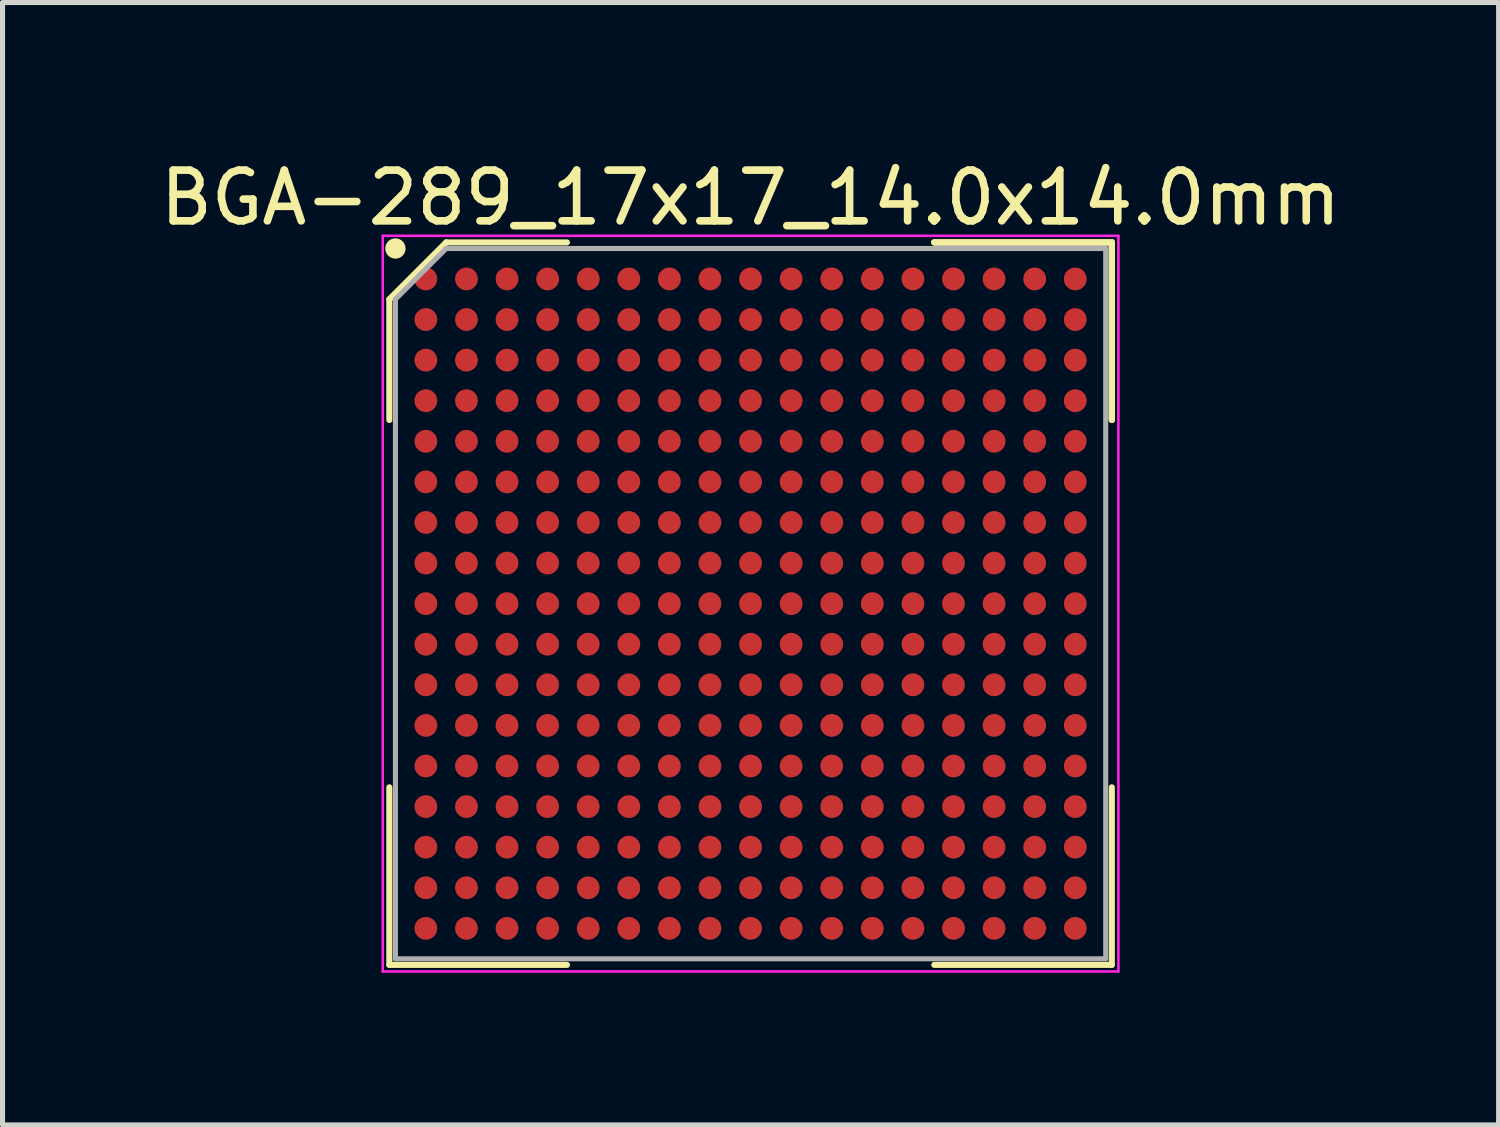
<source format=kicad_pcb>
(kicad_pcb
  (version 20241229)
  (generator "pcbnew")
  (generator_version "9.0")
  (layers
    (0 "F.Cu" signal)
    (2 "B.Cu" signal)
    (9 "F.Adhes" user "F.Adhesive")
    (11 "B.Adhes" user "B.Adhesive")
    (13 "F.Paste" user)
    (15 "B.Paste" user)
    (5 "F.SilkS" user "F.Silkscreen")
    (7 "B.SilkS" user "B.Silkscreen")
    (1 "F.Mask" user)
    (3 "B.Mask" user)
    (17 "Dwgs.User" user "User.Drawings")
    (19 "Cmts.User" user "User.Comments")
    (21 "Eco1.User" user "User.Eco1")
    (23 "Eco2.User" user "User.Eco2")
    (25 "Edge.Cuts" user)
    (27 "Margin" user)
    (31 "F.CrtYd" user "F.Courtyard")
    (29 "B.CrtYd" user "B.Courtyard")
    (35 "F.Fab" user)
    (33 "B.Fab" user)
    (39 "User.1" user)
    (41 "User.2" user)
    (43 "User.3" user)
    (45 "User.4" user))
  (footprint "BGA-289_17x17_14.0x14.0mm"
    (layer "F.Cu")
    (at 11.744 8.848)
    (property "Reference" "BGA-289_17x17_14.0x14.0mm" (at 0 -8 0) (layer "F.SilkS") (effects (font (size 1 1) (thickness 0.15))))
    (attr through_hole)
    (fp_line (start -7.12 -6) (end -7.12 -3.62) (stroke (width 0.12) (type solid)) (layer "F.SilkS"))
    (fp_line (start -7.12 7.12) (end -7.12 3.62) (stroke (width 0.12) (type solid)) (layer "F.SilkS"))
    (fp_line (start -6 -7.12) (end -7.12 -6) (stroke (width 0.12) (type solid)) (layer "F.SilkS"))
    (fp_line (start -3.62 -7.12) (end -6 -7.12) (stroke (width 0.12) (type solid)) (layer "F.SilkS"))
    (fp_line (start -3.62 7.12) (end -7.12 7.12) (stroke (width 0.12) (type solid)) (layer "F.SilkS"))
    (fp_line (start 3.62 -7.12) (end 7.12 -7.12) (stroke (width 0.12) (type solid)) (layer "F.SilkS"))
    (fp_line (start 3.62 -7.12) (end 7.12 -7.12) (stroke (width 0.12) (type solid)) (layer "F.SilkS"))
    (fp_line (start 3.62 -7.12) (end 7.12 -7.12) (stroke (width 0.12) (type solid)) (layer "F.SilkS"))
    (fp_line (start 3.62 7.12) (end 7.12 7.12) (stroke (width 0.12) (type solid)) (layer "F.SilkS"))
    (fp_line (start 7.12 -7.12) (end 7.12 -3.62) (stroke (width 0.12) (type solid)) (layer "F.SilkS"))
    (fp_line (start 7.12 -7.12) (end 7.12 -3.62) (stroke (width 0.12) (type solid)) (layer "F.SilkS"))
    (fp_line (start 7.12 -7.12) (end 7.12 -3.62) (stroke (width 0.12) (type solid)) (layer "F.SilkS"))
    (fp_line (start 7.12 7.12) (end 7.12 3.62) (stroke (width 0.12) (type solid)) (layer "F.SilkS"))
    (fp_circle (center -7 -7) (end -7 -6.9) (stroke (width 0.2) (type solid)) (fill no) (layer "F.SilkS"))
    (fp_line (start -7.25 -7.25) (end 7.25 -7.25) (stroke (width 0.05) (type solid)) (layer "F.CrtYd"))
    (fp_line (start -7.25 7.25) (end -7.25 -7.25) (stroke (width 0.05) (type solid)) (layer "F.CrtYd"))
    (fp_line (start 7.25 -7.25) (end 7.25 7.25) (stroke (width 0.05) (type solid)) (layer "F.CrtYd"))
    (fp_line (start 7.25 7.25) (end -7.25 7.25) (stroke (width 0.05) (type solid)) (layer "F.CrtYd"))
    (fp_line (start -7 -6) (end -7 7) (stroke (width 0.1) (type solid)) (layer "F.Fab"))
    (fp_line (start -7 7) (end 7 7) (stroke (width 0.1) (type solid)) (layer "F.Fab"))
    (fp_line (start -6 -7) (end -7 -6) (stroke (width 0.1) (type solid)) (layer "F.Fab"))
    (fp_line (start 7 -7) (end -6 -7) (stroke (width 0.1) (type solid)) (layer "F.Fab"))
    (fp_line (start 7 7) (end 7 -7) (stroke (width 0.1) (type solid)) (layer "F.Fab"))
    (pad "A1" smd circle (at -6.4 -6.4) (size 0.45 0.45) (layers "F.Cu" "F.Mask" "F.Paste"))
    (pad "A2" smd circle (at -5.6 -6.4) (size 0.45 0.45) (layers "F.Cu" "F.Mask" "F.Paste"))
    (pad "A3" smd circle (at -4.8 -6.4) (size 0.45 0.45) (layers "F.Cu" "F.Mask" "F.Paste"))
    (pad "A4" smd circle (at -4 -6.4) (size 0.45 0.45) (layers "F.Cu" "F.Mask" "F.Paste"))
    (pad "A5" smd circle (at -3.2 -6.4) (size 0.45 0.45) (layers "F.Cu" "F.Mask" "F.Paste"))
    (pad "A6" smd circle (at -2.4 -6.4) (size 0.45 0.45) (layers "F.Cu" "F.Mask" "F.Paste"))
    (pad "A7" smd circle (at -1.6 -6.4) (size 0.45 0.45) (layers "F.Cu" "F.Mask" "F.Paste"))
    (pad "A8" smd circle (at -0.8 -6.4) (size 0.45 0.45) (layers "F.Cu" "F.Mask" "F.Paste"))
    (pad "A9" smd circle (at 0 -6.4) (size 0.45 0.45) (layers "F.Cu" "F.Mask" "F.Paste"))
    (pad "A10" smd circle (at 0.8 -6.4) (size 0.45 0.45) (layers "F.Cu" "F.Mask" "F.Paste"))
    (pad "A11" smd circle (at 1.6 -6.4) (size 0.45 0.45) (layers "F.Cu" "F.Mask" "F.Paste"))
    (pad "A12" smd circle (at 2.4 -6.4) (size 0.45 0.45) (layers "F.Cu" "F.Mask" "F.Paste"))
    (pad "A13" smd circle (at 3.2 -6.4) (size 0.45 0.45) (layers "F.Cu" "F.Mask" "F.Paste"))
    (pad "A14" smd circle (at 4 -6.4) (size 0.45 0.45) (layers "F.Cu" "F.Mask" "F.Paste"))
    (pad "A15" smd circle (at 4.8 -6.4) (size 0.45 0.45) (layers "F.Cu" "F.Mask" "F.Paste"))
    (pad "A16" smd circle (at 5.6 -6.4) (size 0.45 0.45) (layers "F.Cu" "F.Mask" "F.Paste"))
    (pad "A17" smd circle (at 6.4 -6.4) (size 0.45 0.45) (layers "F.Cu" "F.Mask" "F.Paste"))
    (pad "B1" smd circle (at -6.4 -5.6) (size 0.45 0.45) (layers "F.Cu" "F.Mask" "F.Paste"))
    (pad "B2" smd circle (at -5.6 -5.6) (size 0.45 0.45) (layers "F.Cu" "F.Mask" "F.Paste"))
    (pad "B3" smd circle (at -4.8 -5.6) (size 0.45 0.45) (layers "F.Cu" "F.Mask" "F.Paste"))
    (pad "B4" smd circle (at -4 -5.6) (size 0.45 0.45) (layers "F.Cu" "F.Mask" "F.Paste"))
    (pad "B5" smd circle (at -3.2 -5.6) (size 0.45 0.45) (layers "F.Cu" "F.Mask" "F.Paste"))
    (pad "B6" smd circle (at -2.4 -5.6) (size 0.45 0.45) (layers "F.Cu" "F.Mask" "F.Paste"))
    (pad "B7" smd circle (at -1.6 -5.6) (size 0.45 0.45) (layers "F.Cu" "F.Mask" "F.Paste"))
    (pad "B8" smd circle (at -0.8 -5.6) (size 0.45 0.45) (layers "F.Cu" "F.Mask" "F.Paste"))
    (pad "B9" smd circle (at 0 -5.6) (size 0.45 0.45) (layers "F.Cu" "F.Mask" "F.Paste"))
    (pad "B10" smd circle (at 0.8 -5.6) (size 0.45 0.45) (layers "F.Cu" "F.Mask" "F.Paste"))
    (pad "B11" smd circle (at 1.6 -5.6) (size 0.45 0.45) (layers "F.Cu" "F.Mask" "F.Paste"))
    (pad "B12" smd circle (at 2.4 -5.6) (size 0.45 0.45) (layers "F.Cu" "F.Mask" "F.Paste"))
    (pad "B13" smd circle (at 3.2 -5.6) (size 0.45 0.45) (layers "F.Cu" "F.Mask" "F.Paste"))
    (pad "B14" smd circle (at 4 -5.6) (size 0.45 0.45) (layers "F.Cu" "F.Mask" "F.Paste"))
    (pad "B15" smd circle (at 4.8 -5.6) (size 0.45 0.45) (layers "F.Cu" "F.Mask" "F.Paste"))
    (pad "B16" smd circle (at 5.6 -5.6) (size 0.45 0.45) (layers "F.Cu" "F.Mask" "F.Paste"))
    (pad "B17" smd circle (at 6.4 -5.6) (size 0.45 0.45) (layers "F.Cu" "F.Mask" "F.Paste"))
    (pad "C1" smd circle (at -6.4 -4.8) (size 0.45 0.45) (layers "F.Cu" "F.Mask" "F.Paste"))
    (pad "C2" smd circle (at -5.6 -4.8) (size 0.45 0.45) (layers "F.Cu" "F.Mask" "F.Paste"))
    (pad "C3" smd circle (at -4.8 -4.8) (size 0.45 0.45) (layers "F.Cu" "F.Mask" "F.Paste"))
    (pad "C4" smd circle (at -4 -4.8) (size 0.45 0.45) (layers "F.Cu" "F.Mask" "F.Paste"))
    (pad "C5" smd circle (at -3.2 -4.8) (size 0.45 0.45) (layers "F.Cu" "F.Mask" "F.Paste"))
    (pad "C6" smd circle (at -2.4 -4.8) (size 0.45 0.45) (layers "F.Cu" "F.Mask" "F.Paste"))
    (pad "C7" smd circle (at -1.6 -4.8) (size 0.45 0.45) (layers "F.Cu" "F.Mask" "F.Paste"))
    (pad "C8" smd circle (at -0.8 -4.8) (size 0.45 0.45) (layers "F.Cu" "F.Mask" "F.Paste"))
    (pad "C9" smd circle (at 0 -4.8) (size 0.45 0.45) (layers "F.Cu" "F.Mask" "F.Paste"))
    (pad "C10" smd circle (at 0.8 -4.8) (size 0.45 0.45) (layers "F.Cu" "F.Mask" "F.Paste"))
    (pad "C11" smd circle (at 1.6 -4.8) (size 0.45 0.45) (layers "F.Cu" "F.Mask" "F.Paste"))
    (pad "C12" smd circle (at 2.4 -4.8) (size 0.45 0.45) (layers "F.Cu" "F.Mask" "F.Paste"))
    (pad "C13" smd circle (at 3.2 -4.8) (size 0.45 0.45) (layers "F.Cu" "F.Mask" "F.Paste"))
    (pad "C14" smd circle (at 4 -4.8) (size 0.45 0.45) (layers "F.Cu" "F.Mask" "F.Paste"))
    (pad "C15" smd circle (at 4.8 -4.8) (size 0.45 0.45) (layers "F.Cu" "F.Mask" "F.Paste"))
    (pad "C16" smd circle (at 5.6 -4.8) (size 0.45 0.45) (layers "F.Cu" "F.Mask" "F.Paste"))
    (pad "C17" smd circle (at 6.4 -4.8) (size 0.45 0.45) (layers "F.Cu" "F.Mask" "F.Paste"))
    (pad "D1" smd circle (at -6.4 -4) (size 0.45 0.45) (layers "F.Cu" "F.Mask" "F.Paste"))
    (pad "D2" smd circle (at -5.6 -4) (size 0.45 0.45) (layers "F.Cu" "F.Mask" "F.Paste"))
    (pad "D3" smd circle (at -4.8 -4) (size 0.45 0.45) (layers "F.Cu" "F.Mask" "F.Paste"))
    (pad "D4" smd circle (at -4 -4) (size 0.45 0.45) (layers "F.Cu" "F.Mask" "F.Paste"))
    (pad "D5" smd circle (at -3.2 -4) (size 0.45 0.45) (layers "F.Cu" "F.Mask" "F.Paste"))
    (pad "D6" smd circle (at -2.4 -4) (size 0.45 0.45) (layers "F.Cu" "F.Mask" "F.Paste"))
    (pad "D7" smd circle (at -1.6 -4) (size 0.45 0.45) (layers "F.Cu" "F.Mask" "F.Paste"))
    (pad "D8" smd circle (at -0.8 -4) (size 0.45 0.45) (layers "F.Cu" "F.Mask" "F.Paste"))
    (pad "D9" smd circle (at 0 -4) (size 0.45 0.45) (layers "F.Cu" "F.Mask" "F.Paste"))
    (pad "D10" smd circle (at 0.8 -4) (size 0.45 0.45) (layers "F.Cu" "F.Mask" "F.Paste"))
    (pad "D11" smd circle (at 1.6 -4) (size 0.45 0.45) (layers "F.Cu" "F.Mask" "F.Paste"))
    (pad "D12" smd circle (at 2.4 -4) (size 0.45 0.45) (layers "F.Cu" "F.Mask" "F.Paste"))
    (pad "D13" smd circle (at 3.2 -4) (size 0.45 0.45) (layers "F.Cu" "F.Mask" "F.Paste"))
    (pad "D14" smd circle (at 4 -4) (size 0.45 0.45) (layers "F.Cu" "F.Mask" "F.Paste"))
    (pad "D15" smd circle (at 4.8 -4) (size 0.45 0.45) (layers "F.Cu" "F.Mask" "F.Paste"))
    (pad "D16" smd circle (at 5.6 -4) (size 0.45 0.45) (layers "F.Cu" "F.Mask" "F.Paste"))
    (pad "D17" smd circle (at 6.4 -4) (size 0.45 0.45) (layers "F.Cu" "F.Mask" "F.Paste"))
    (pad "E1" smd circle (at -6.4 -3.2) (size 0.45 0.45) (layers "F.Cu" "F.Mask" "F.Paste"))
    (pad "E2" smd circle (at -5.6 -3.2) (size 0.45 0.45) (layers "F.Cu" "F.Mask" "F.Paste"))
    (pad "E3" smd circle (at -4.8 -3.2) (size 0.45 0.45) (layers "F.Cu" "F.Mask" "F.Paste"))
    (pad "E4" smd circle (at -4 -3.2) (size 0.45 0.45) (layers "F.Cu" "F.Mask" "F.Paste"))
    (pad "E5" smd circle (at -3.2 -3.2) (size 0.45 0.45) (layers "F.Cu" "F.Mask" "F.Paste"))
    (pad "E6" smd circle (at -2.4 -3.2) (size 0.45 0.45) (layers "F.Cu" "F.Mask" "F.Paste"))
    (pad "E7" smd circle (at -1.6 -3.2) (size 0.45 0.45) (layers "F.Cu" "F.Mask" "F.Paste"))
    (pad "E8" smd circle (at -0.8 -3.2) (size 0.45 0.45) (layers "F.Cu" "F.Mask" "F.Paste"))
    (pad "E9" smd circle (at 0 -3.2) (size 0.45 0.45) (layers "F.Cu" "F.Mask" "F.Paste"))
    (pad "E10" smd circle (at 0.8 -3.2) (size 0.45 0.45) (layers "F.Cu" "F.Mask" "F.Paste"))
    (pad "E11" smd circle (at 1.6 -3.2) (size 0.45 0.45) (layers "F.Cu" "F.Mask" "F.Paste"))
    (pad "E12" smd circle (at 2.4 -3.2) (size 0.45 0.45) (layers "F.Cu" "F.Mask" "F.Paste"))
    (pad "E13" smd circle (at 3.2 -3.2) (size 0.45 0.45) (layers "F.Cu" "F.Mask" "F.Paste"))
    (pad "E14" smd circle (at 4 -3.2) (size 0.45 0.45) (layers "F.Cu" "F.Mask" "F.Paste"))
    (pad "E15" smd circle (at 4.8 -3.2) (size 0.45 0.45) (layers "F.Cu" "F.Mask" "F.Paste"))
    (pad "E16" smd circle (at 5.6 -3.2) (size 0.45 0.45) (layers "F.Cu" "F.Mask" "F.Paste"))
    (pad "E17" smd circle (at 6.4 -3.2) (size 0.45 0.45) (layers "F.Cu" "F.Mask" "F.Paste"))
    (pad "F1" smd circle (at -6.4 -2.4) (size 0.45 0.45) (layers "F.Cu" "F.Mask" "F.Paste"))
    (pad "F2" smd circle (at -5.6 -2.4) (size 0.45 0.45) (layers "F.Cu" "F.Mask" "F.Paste"))
    (pad "F3" smd circle (at -4.8 -2.4) (size 0.45 0.45) (layers "F.Cu" "F.Mask" "F.Paste"))
    (pad "F4" smd circle (at -4 -2.4) (size 0.45 0.45) (layers "F.Cu" "F.Mask" "F.Paste"))
    (pad "F5" smd circle (at -3.2 -2.4) (size 0.45 0.45) (layers "F.Cu" "F.Mask" "F.Paste"))
    (pad "F6" smd circle (at -2.4 -2.4) (size 0.45 0.45) (layers "F.Cu" "F.Mask" "F.Paste"))
    (pad "F7" smd circle (at -1.6 -2.4) (size 0.45 0.45) (layers "F.Cu" "F.Mask" "F.Paste"))
    (pad "F8" smd circle (at -0.8 -2.4) (size 0.45 0.45) (layers "F.Cu" "F.Mask" "F.Paste"))
    (pad "F9" smd circle (at 0 -2.4) (size 0.45 0.45) (layers "F.Cu" "F.Mask" "F.Paste"))
    (pad "F10" smd circle (at 0.8 -2.4) (size 0.45 0.45) (layers "F.Cu" "F.Mask" "F.Paste"))
    (pad "F11" smd circle (at 1.6 -2.4) (size 0.45 0.45) (layers "F.Cu" "F.Mask" "F.Paste"))
    (pad "F12" smd circle (at 2.4 -2.4) (size 0.45 0.45) (layers "F.Cu" "F.Mask" "F.Paste"))
    (pad "F13" smd circle (at 3.2 -2.4) (size 0.45 0.45) (layers "F.Cu" "F.Mask" "F.Paste"))
    (pad "F14" smd circle (at 4 -2.4) (size 0.45 0.45) (layers "F.Cu" "F.Mask" "F.Paste"))
    (pad "F15" smd circle (at 4.8 -2.4) (size 0.45 0.45) (layers "F.Cu" "F.Mask" "F.Paste"))
    (pad "F16" smd circle (at 5.6 -2.4) (size 0.45 0.45) (layers "F.Cu" "F.Mask" "F.Paste"))
    (pad "F17" smd circle (at 6.4 -2.4) (size 0.45 0.45) (layers "F.Cu" "F.Mask" "F.Paste"))
    (pad "G1" smd circle (at -6.4 -1.6) (size 0.45 0.45) (layers "F.Cu" "F.Mask" "F.Paste"))
    (pad "G2" smd circle (at -5.6 -1.6) (size 0.45 0.45) (layers "F.Cu" "F.Mask" "F.Paste"))
    (pad "G3" smd circle (at -4.8 -1.6) (size 0.45 0.45) (layers "F.Cu" "F.Mask" "F.Paste"))
    (pad "G4" smd circle (at -4 -1.6) (size 0.45 0.45) (layers "F.Cu" "F.Mask" "F.Paste"))
    (pad "G5" smd circle (at -3.2 -1.6) (size 0.45 0.45) (layers "F.Cu" "F.Mask" "F.Paste"))
    (pad "G6" smd circle (at -2.4 -1.6) (size 0.45 0.45) (layers "F.Cu" "F.Mask" "F.Paste"))
    (pad "G7" smd circle (at -1.6 -1.6) (size 0.45 0.45) (layers "F.Cu" "F.Mask" "F.Paste"))
    (pad "G8" smd circle (at -0.8 -1.6) (size 0.45 0.45) (layers "F.Cu" "F.Mask" "F.Paste"))
    (pad "G9" smd circle (at 0 -1.6) (size 0.45 0.45) (layers "F.Cu" "F.Mask" "F.Paste"))
    (pad "G10" smd circle (at 0.8 -1.6) (size 0.45 0.45) (layers "F.Cu" "F.Mask" "F.Paste"))
    (pad "G11" smd circle (at 1.6 -1.6) (size 0.45 0.45) (layers "F.Cu" "F.Mask" "F.Paste"))
    (pad "G12" smd circle (at 2.4 -1.6) (size 0.45 0.45) (layers "F.Cu" "F.Mask" "F.Paste"))
    (pad "G13" smd circle (at 3.2 -1.6) (size 0.45 0.45) (layers "F.Cu" "F.Mask" "F.Paste"))
    (pad "G14" smd circle (at 4 -1.6) (size 0.45 0.45) (layers "F.Cu" "F.Mask" "F.Paste"))
    (pad "G15" smd circle (at 4.8 -1.6) (size 0.45 0.45) (layers "F.Cu" "F.Mask" "F.Paste"))
    (pad "G16" smd circle (at 5.6 -1.6) (size 0.45 0.45) (layers "F.Cu" "F.Mask" "F.Paste"))
    (pad "G17" smd circle (at 6.4 -1.6) (size 0.45 0.45) (layers "F.Cu" "F.Mask" "F.Paste"))
    (pad "H1" smd circle (at -6.4 -0.8) (size 0.45 0.45) (layers "F.Cu" "F.Mask" "F.Paste"))
    (pad "H2" smd circle (at -5.6 -0.8) (size 0.45 0.45) (layers "F.Cu" "F.Mask" "F.Paste"))
    (pad "H3" smd circle (at -4.8 -0.8) (size 0.45 0.45) (layers "F.Cu" "F.Mask" "F.Paste"))
    (pad "H4" smd circle (at -4 -0.8) (size 0.45 0.45) (layers "F.Cu" "F.Mask" "F.Paste"))
    (pad "H5" smd circle (at -3.2 -0.8) (size 0.45 0.45) (layers "F.Cu" "F.Mask" "F.Paste"))
    (pad "H6" smd circle (at -2.4 -0.8) (size 0.45 0.45) (layers "F.Cu" "F.Mask" "F.Paste"))
    (pad "H7" smd circle (at -1.6 -0.8) (size 0.45 0.45) (layers "F.Cu" "F.Mask" "F.Paste"))
    (pad "H8" smd circle (at -0.8 -0.8) (size 0.45 0.45) (layers "F.Cu" "F.Mask" "F.Paste"))
    (pad "H9" smd circle (at 0 -0.8) (size 0.45 0.45) (layers "F.Cu" "F.Mask" "F.Paste"))
    (pad "H10" smd circle (at 0.8 -0.8) (size 0.45 0.45) (layers "F.Cu" "F.Mask" "F.Paste"))
    (pad "H11" smd circle (at 1.6 -0.8) (size 0.45 0.45) (layers "F.Cu" "F.Mask" "F.Paste"))
    (pad "H12" smd circle (at 2.4 -0.8) (size 0.45 0.45) (layers "F.Cu" "F.Mask" "F.Paste"))
    (pad "H13" smd circle (at 3.2 -0.8) (size 0.45 0.45) (layers "F.Cu" "F.Mask" "F.Paste"))
    (pad "H14" smd circle (at 4 -0.8) (size 0.45 0.45) (layers "F.Cu" "F.Mask" "F.Paste"))
    (pad "H15" smd circle (at 4.8 -0.8) (size 0.45 0.45) (layers "F.Cu" "F.Mask" "F.Paste"))
    (pad "H16" smd circle (at 5.6 -0.8) (size 0.45 0.45) (layers "F.Cu" "F.Mask" "F.Paste"))
    (pad "H17" smd circle (at 6.4 -0.8) (size 0.45 0.45) (layers "F.Cu" "F.Mask" "F.Paste"))
    (pad "J1" smd circle (at -6.4 0) (size 0.45 0.45) (layers "F.Cu" "F.Mask" "F.Paste"))
    (pad "J2" smd circle (at -5.6 0) (size 0.45 0.45) (layers "F.Cu" "F.Mask" "F.Paste"))
    (pad "J3" smd circle (at -4.8 0) (size 0.45 0.45) (layers "F.Cu" "F.Mask" "F.Paste"))
    (pad "J4" smd circle (at -4 0) (size 0.45 0.45) (layers "F.Cu" "F.Mask" "F.Paste"))
    (pad "J5" smd circle (at -3.2 0) (size 0.45 0.45) (layers "F.Cu" "F.Mask" "F.Paste"))
    (pad "J6" smd circle (at -2.4 0) (size 0.45 0.45) (layers "F.Cu" "F.Mask" "F.Paste"))
    (pad "J7" smd circle (at -1.6 0) (size 0.45 0.45) (layers "F.Cu" "F.Mask" "F.Paste"))
    (pad "J8" smd circle (at -0.8 0) (size 0.45 0.45) (layers "F.Cu" "F.Mask" "F.Paste"))
    (pad "J9" smd circle (at 0 0) (size 0.45 0.45) (layers "F.Cu" "F.Mask" "F.Paste"))
    (pad "J10" smd circle (at 0.8 0) (size 0.45 0.45) (layers "F.Cu" "F.Mask" "F.Paste"))
    (pad "J11" smd circle (at 1.6 0) (size 0.45 0.45) (layers "F.Cu" "F.Mask" "F.Paste"))
    (pad "J12" smd circle (at 2.4 0) (size 0.45 0.45) (layers "F.Cu" "F.Mask" "F.Paste"))
    (pad "J13" smd circle (at 3.2 0) (size 0.45 0.45) (layers "F.Cu" "F.Mask" "F.Paste"))
    (pad "J14" smd circle (at 4 0) (size 0.45 0.45) (layers "F.Cu" "F.Mask" "F.Paste"))
    (pad "J15" smd circle (at 4.8 0) (size 0.45 0.45) (layers "F.Cu" "F.Mask" "F.Paste"))
    (pad "J16" smd circle (at 5.6 0) (size 0.45 0.45) (layers "F.Cu" "F.Mask" "F.Paste"))
    (pad "J17" smd circle (at 6.4 0) (size 0.45 0.45) (layers "F.Cu" "F.Mask" "F.Paste"))
    (pad "K1" smd circle (at -6.4 0.8) (size 0.45 0.45) (layers "F.Cu" "F.Mask" "F.Paste"))
    (pad "K2" smd circle (at -5.6 0.8) (size 0.45 0.45) (layers "F.Cu" "F.Mask" "F.Paste"))
    (pad "K3" smd circle (at -4.8 0.8) (size 0.45 0.45) (layers "F.Cu" "F.Mask" "F.Paste"))
    (pad "K4" smd circle (at -4 0.8) (size 0.45 0.45) (layers "F.Cu" "F.Mask" "F.Paste"))
    (pad "K5" smd circle (at -3.2 0.8) (size 0.45 0.45) (layers "F.Cu" "F.Mask" "F.Paste"))
    (pad "K6" smd circle (at -2.4 0.8) (size 0.45 0.45) (layers "F.Cu" "F.Mask" "F.Paste"))
    (pad "K7" smd circle (at -1.6 0.8) (size 0.45 0.45) (layers "F.Cu" "F.Mask" "F.Paste"))
    (pad "K8" smd circle (at -0.8 0.8) (size 0.45 0.45) (layers "F.Cu" "F.Mask" "F.Paste"))
    (pad "K9" smd circle (at 0 0.8) (size 0.45 0.45) (layers "F.Cu" "F.Mask" "F.Paste"))
    (pad "K10" smd circle (at 0.8 0.8) (size 0.45 0.45) (layers "F.Cu" "F.Mask" "F.Paste"))
    (pad "K11" smd circle (at 1.6 0.8) (size 0.45 0.45) (layers "F.Cu" "F.Mask" "F.Paste"))
    (pad "K12" smd circle (at 2.4 0.8) (size 0.45 0.45) (layers "F.Cu" "F.Mask" "F.Paste"))
    (pad "K13" smd circle (at 3.2 0.8) (size 0.45 0.45) (layers "F.Cu" "F.Mask" "F.Paste"))
    (pad "K14" smd circle (at 4 0.8) (size 0.45 0.45) (layers "F.Cu" "F.Mask" "F.Paste"))
    (pad "K15" smd circle (at 4.8 0.8) (size 0.45 0.45) (layers "F.Cu" "F.Mask" "F.Paste"))
    (pad "K16" smd circle (at 5.6 0.8) (size 0.45 0.45) (layers "F.Cu" "F.Mask" "F.Paste"))
    (pad "K17" smd circle (at 6.4 0.8) (size 0.45 0.45) (layers "F.Cu" "F.Mask" "F.Paste"))
    (pad "L1" smd circle (at -6.4 1.6) (size 0.45 0.45) (layers "F.Cu" "F.Mask" "F.Paste"))
    (pad "L2" smd circle (at -5.6 1.6) (size 0.45 0.45) (layers "F.Cu" "F.Mask" "F.Paste"))
    (pad "L3" smd circle (at -4.8 1.6) (size 0.45 0.45) (layers "F.Cu" "F.Mask" "F.Paste"))
    (pad "L4" smd circle (at -4 1.6) (size 0.45 0.45) (layers "F.Cu" "F.Mask" "F.Paste"))
    (pad "L5" smd circle (at -3.2 1.6) (size 0.45 0.45) (layers "F.Cu" "F.Mask" "F.Paste"))
    (pad "L6" smd circle (at -2.4 1.6) (size 0.45 0.45) (layers "F.Cu" "F.Mask" "F.Paste"))
    (pad "L7" smd circle (at -1.6 1.6) (size 0.45 0.45) (layers "F.Cu" "F.Mask" "F.Paste"))
    (pad "L8" smd circle (at -0.8 1.6) (size 0.45 0.45) (layers "F.Cu" "F.Mask" "F.Paste"))
    (pad "L9" smd circle (at 0 1.6) (size 0.45 0.45) (layers "F.Cu" "F.Mask" "F.Paste"))
    (pad "L10" smd circle (at 0.8 1.6) (size 0.45 0.45) (layers "F.Cu" "F.Mask" "F.Paste"))
    (pad "L11" smd circle (at 1.6 1.6) (size 0.45 0.45) (layers "F.Cu" "F.Mask" "F.Paste"))
    (pad "L12" smd circle (at 2.4 1.6) (size 0.45 0.45) (layers "F.Cu" "F.Mask" "F.Paste"))
    (pad "L13" smd circle (at 3.2 1.6) (size 0.45 0.45) (layers "F.Cu" "F.Mask" "F.Paste"))
    (pad "L14" smd circle (at 4 1.6) (size 0.45 0.45) (layers "F.Cu" "F.Mask" "F.Paste"))
    (pad "L15" smd circle (at 4.8 1.6) (size 0.45 0.45) (layers "F.Cu" "F.Mask" "F.Paste"))
    (pad "L16" smd circle (at 5.6 1.6) (size 0.45 0.45) (layers "F.Cu" "F.Mask" "F.Paste"))
    (pad "L17" smd circle (at 6.4 1.6) (size 0.45 0.45) (layers "F.Cu" "F.Mask" "F.Paste"))
    (pad "M1" smd circle (at -6.4 2.4) (size 0.45 0.45) (layers "F.Cu" "F.Mask" "F.Paste"))
    (pad "M2" smd circle (at -5.6 2.4) (size 0.45 0.45) (layers "F.Cu" "F.Mask" "F.Paste"))
    (pad "M3" smd circle (at -4.8 2.4) (size 0.45 0.45) (layers "F.Cu" "F.Mask" "F.Paste"))
    (pad "M4" smd circle (at -4 2.4) (size 0.45 0.45) (layers "F.Cu" "F.Mask" "F.Paste"))
    (pad "M5" smd circle (at -3.2 2.4) (size 0.45 0.45) (layers "F.Cu" "F.Mask" "F.Paste"))
    (pad "M6" smd circle (at -2.4 2.4) (size 0.45 0.45) (layers "F.Cu" "F.Mask" "F.Paste"))
    (pad "M7" smd circle (at -1.6 2.4) (size 0.45 0.45) (layers "F.Cu" "F.Mask" "F.Paste"))
    (pad "M8" smd circle (at -0.8 2.4) (size 0.45 0.45) (layers "F.Cu" "F.Mask" "F.Paste"))
    (pad "M9" smd circle (at 0 2.4) (size 0.45 0.45) (layers "F.Cu" "F.Mask" "F.Paste"))
    (pad "M10" smd circle (at 0.8 2.4) (size 0.45 0.45) (layers "F.Cu" "F.Mask" "F.Paste"))
    (pad "M11" smd circle (at 1.6 2.4) (size 0.45 0.45) (layers "F.Cu" "F.Mask" "F.Paste"))
    (pad "M12" smd circle (at 2.4 2.4) (size 0.45 0.45) (layers "F.Cu" "F.Mask" "F.Paste"))
    (pad "M13" smd circle (at 3.2 2.4) (size 0.45 0.45) (layers "F.Cu" "F.Mask" "F.Paste"))
    (pad "M14" smd circle (at 4 2.4) (size 0.45 0.45) (layers "F.Cu" "F.Mask" "F.Paste"))
    (pad "M15" smd circle (at 4.8 2.4) (size 0.45 0.45) (layers "F.Cu" "F.Mask" "F.Paste"))
    (pad "M16" smd circle (at 5.6 2.4) (size 0.45 0.45) (layers "F.Cu" "F.Mask" "F.Paste"))
    (pad "M17" smd circle (at 6.4 2.4) (size 0.45 0.45) (layers "F.Cu" "F.Mask" "F.Paste"))
    (pad "N1" smd circle (at -6.4 3.2) (size 0.45 0.45) (layers "F.Cu" "F.Mask" "F.Paste"))
    (pad "N2" smd circle (at -5.6 3.2) (size 0.45 0.45) (layers "F.Cu" "F.Mask" "F.Paste"))
    (pad "N3" smd circle (at -4.8 3.2) (size 0.45 0.45) (layers "F.Cu" "F.Mask" "F.Paste"))
    (pad "N4" smd circle (at -4 3.2) (size 0.45 0.45) (layers "F.Cu" "F.Mask" "F.Paste"))
    (pad "N5" smd circle (at -3.2 3.2) (size 0.45 0.45) (layers "F.Cu" "F.Mask" "F.Paste"))
    (pad "N6" smd circle (at -2.4 3.2) (size 0.45 0.45) (layers "F.Cu" "F.Mask" "F.Paste"))
    (pad "N7" smd circle (at -1.6 3.2) (size 0.45 0.45) (layers "F.Cu" "F.Mask" "F.Paste"))
    (pad "N8" smd circle (at -0.8 3.2) (size 0.45 0.45) (layers "F.Cu" "F.Mask" "F.Paste"))
    (pad "N9" smd circle (at 0 3.2) (size 0.45 0.45) (layers "F.Cu" "F.Mask" "F.Paste"))
    (pad "N10" smd circle (at 0.8 3.2) (size 0.45 0.45) (layers "F.Cu" "F.Mask" "F.Paste"))
    (pad "N11" smd circle (at 1.6 3.2) (size 0.45 0.45) (layers "F.Cu" "F.Mask" "F.Paste"))
    (pad "N12" smd circle (at 2.4 3.2) (size 0.45 0.45) (layers "F.Cu" "F.Mask" "F.Paste"))
    (pad "N13" smd circle (at 3.2 3.2) (size 0.45 0.45) (layers "F.Cu" "F.Mask" "F.Paste"))
    (pad "N14" smd circle (at 4 3.2) (size 0.45 0.45) (layers "F.Cu" "F.Mask" "F.Paste"))
    (pad "N15" smd circle (at 4.8 3.2) (size 0.45 0.45) (layers "F.Cu" "F.Mask" "F.Paste"))
    (pad "N16" smd circle (at 5.6 3.2) (size 0.45 0.45) (layers "F.Cu" "F.Mask" "F.Paste"))
    (pad "N17" smd circle (at 6.4 3.2) (size 0.45 0.45) (layers "F.Cu" "F.Mask" "F.Paste"))
    (pad "P1" smd circle (at -6.4 4) (size 0.45 0.45) (layers "F.Cu" "F.Mask" "F.Paste"))
    (pad "P2" smd circle (at -5.6 4) (size 0.45 0.45) (layers "F.Cu" "F.Mask" "F.Paste"))
    (pad "P3" smd circle (at -4.8 4) (size 0.45 0.45) (layers "F.Cu" "F.Mask" "F.Paste"))
    (pad "P4" smd circle (at -4 4) (size 0.45 0.45) (layers "F.Cu" "F.Mask" "F.Paste"))
    (pad "P5" smd circle (at -3.2 4) (size 0.45 0.45) (layers "F.Cu" "F.Mask" "F.Paste"))
    (pad "P6" smd circle (at -2.4 4) (size 0.45 0.45) (layers "F.Cu" "F.Mask" "F.Paste"))
    (pad "P7" smd circle (at -1.6 4) (size 0.45 0.45) (layers "F.Cu" "F.Mask" "F.Paste"))
    (pad "P8" smd circle (at -0.8 4) (size 0.45 0.45) (layers "F.Cu" "F.Mask" "F.Paste"))
    (pad "P9" smd circle (at 0 4) (size 0.45 0.45) (layers "F.Cu" "F.Mask" "F.Paste"))
    (pad "P10" smd circle (at 0.8 4) (size 0.45 0.45) (layers "F.Cu" "F.Mask" "F.Paste"))
    (pad "P11" smd circle (at 1.6 4) (size 0.45 0.45) (layers "F.Cu" "F.Mask" "F.Paste"))
    (pad "P12" smd circle (at 2.4 4) (size 0.45 0.45) (layers "F.Cu" "F.Mask" "F.Paste"))
    (pad "P13" smd circle (at 3.2 4) (size 0.45 0.45) (layers "F.Cu" "F.Mask" "F.Paste"))
    (pad "P14" smd circle (at 4 4) (size 0.45 0.45) (layers "F.Cu" "F.Mask" "F.Paste"))
    (pad "P15" smd circle (at 4.8 4) (size 0.45 0.45) (layers "F.Cu" "F.Mask" "F.Paste"))
    (pad "P16" smd circle (at 5.6 4) (size 0.45 0.45) (layers "F.Cu" "F.Mask" "F.Paste"))
    (pad "P17" smd circle (at 6.4 4) (size 0.45 0.45) (layers "F.Cu" "F.Mask" "F.Paste"))
    (pad "R1" smd circle (at -6.4 4.8) (size 0.45 0.45) (layers "F.Cu" "F.Mask" "F.Paste"))
    (pad "R2" smd circle (at -5.6 4.8) (size 0.45 0.45) (layers "F.Cu" "F.Mask" "F.Paste"))
    (pad "R3" smd circle (at -4.8 4.8) (size 0.45 0.45) (layers "F.Cu" "F.Mask" "F.Paste"))
    (pad "R4" smd circle (at -4 4.8) (size 0.45 0.45) (layers "F.Cu" "F.Mask" "F.Paste"))
    (pad "R5" smd circle (at -3.2 4.8) (size 0.45 0.45) (layers "F.Cu" "F.Mask" "F.Paste"))
    (pad "R6" smd circle (at -2.4 4.8) (size 0.45 0.45) (layers "F.Cu" "F.Mask" "F.Paste"))
    (pad "R7" smd circle (at -1.6 4.8) (size 0.45 0.45) (layers "F.Cu" "F.Mask" "F.Paste"))
    (pad "R8" smd circle (at -0.8 4.8) (size 0.45 0.45) (layers "F.Cu" "F.Mask" "F.Paste"))
    (pad "R9" smd circle (at 0 4.8) (size 0.45 0.45) (layers "F.Cu" "F.Mask" "F.Paste"))
    (pad "R10" smd circle (at 0.8 4.8) (size 0.45 0.45) (layers "F.Cu" "F.Mask" "F.Paste"))
    (pad "R11" smd circle (at 1.6 4.8) (size 0.45 0.45) (layers "F.Cu" "F.Mask" "F.Paste"))
    (pad "R12" smd circle (at 2.4 4.8) (size 0.45 0.45) (layers "F.Cu" "F.Mask" "F.Paste"))
    (pad "R13" smd circle (at 3.2 4.8) (size 0.45 0.45) (layers "F.Cu" "F.Mask" "F.Paste"))
    (pad "R14" smd circle (at 4 4.8) (size 0.45 0.45) (layers "F.Cu" "F.Mask" "F.Paste"))
    (pad "R15" smd circle (at 4.8 4.8) (size 0.45 0.45) (layers "F.Cu" "F.Mask" "F.Paste"))
    (pad "R16" smd circle (at 5.6 4.8) (size 0.45 0.45) (layers "F.Cu" "F.Mask" "F.Paste"))
    (pad "R17" smd circle (at 6.4 4.8) (size 0.45 0.45) (layers "F.Cu" "F.Mask" "F.Paste"))
    (pad "T1" smd circle (at -6.4 5.6) (size 0.45 0.45) (layers "F.Cu" "F.Mask" "F.Paste"))
    (pad "T2" smd circle (at -5.6 5.6) (size 0.45 0.45) (layers "F.Cu" "F.Mask" "F.Paste"))
    (pad "T3" smd circle (at -4.8 5.6) (size 0.45 0.45) (layers "F.Cu" "F.Mask" "F.Paste"))
    (pad "T4" smd circle (at -4 5.6) (size 0.45 0.45) (layers "F.Cu" "F.Mask" "F.Paste"))
    (pad "T5" smd circle (at -3.2 5.6) (size 0.45 0.45) (layers "F.Cu" "F.Mask" "F.Paste"))
    (pad "T6" smd circle (at -2.4 5.6) (size 0.45 0.45) (layers "F.Cu" "F.Mask" "F.Paste"))
    (pad "T7" smd circle (at -1.6 5.6) (size 0.45 0.45) (layers "F.Cu" "F.Mask" "F.Paste"))
    (pad "T8" smd circle (at -0.8 5.6) (size 0.45 0.45) (layers "F.Cu" "F.Mask" "F.Paste"))
    (pad "T9" smd circle (at 0 5.6) (size 0.45 0.45) (layers "F.Cu" "F.Mask" "F.Paste"))
    (pad "T10" smd circle (at 0.8 5.6) (size 0.45 0.45) (layers "F.Cu" "F.Mask" "F.Paste"))
    (pad "T11" smd circle (at 1.6 5.6) (size 0.45 0.45) (layers "F.Cu" "F.Mask" "F.Paste"))
    (pad "T12" smd circle (at 2.4 5.6) (size 0.45 0.45) (layers "F.Cu" "F.Mask" "F.Paste"))
    (pad "T13" smd circle (at 3.2 5.6) (size 0.45 0.45) (layers "F.Cu" "F.Mask" "F.Paste"))
    (pad "T14" smd circle (at 4 5.6) (size 0.45 0.45) (layers "F.Cu" "F.Mask" "F.Paste"))
    (pad "T15" smd circle (at 4.8 5.6) (size 0.45 0.45) (layers "F.Cu" "F.Mask" "F.Paste"))
    (pad "T16" smd circle (at 5.6 5.6) (size 0.45 0.45) (layers "F.Cu" "F.Mask" "F.Paste"))
    (pad "T17" smd circle (at 6.4 5.6) (size 0.45 0.45) (layers "F.Cu" "F.Mask" "F.Paste"))
    (pad "U1" smd circle (at -6.4 6.4) (size 0.45 0.45) (layers "F.Cu" "F.Mask" "F.Paste"))
    (pad "U2" smd circle (at -5.6 6.4) (size 0.45 0.45) (layers "F.Cu" "F.Mask" "F.Paste"))
    (pad "U3" smd circle (at -4.8 6.4) (size 0.45 0.45) (layers "F.Cu" "F.Mask" "F.Paste"))
    (pad "U4" smd circle (at -4 6.4) (size 0.45 0.45) (layers "F.Cu" "F.Mask" "F.Paste"))
    (pad "U5" smd circle (at -3.2 6.4) (size 0.45 0.45) (layers "F.Cu" "F.Mask" "F.Paste"))
    (pad "U6" smd circle (at -2.4 6.4) (size 0.45 0.45) (layers "F.Cu" "F.Mask" "F.Paste"))
    (pad "U7" smd circle (at -1.6 6.4) (size 0.45 0.45) (layers "F.Cu" "F.Mask" "F.Paste"))
    (pad "U8" smd circle (at -0.8 6.4) (size 0.45 0.45) (layers "F.Cu" "F.Mask" "F.Paste"))
    (pad "U9" smd circle (at 0 6.4) (size 0.45 0.45) (layers "F.Cu" "F.Mask" "F.Paste"))
    (pad "U10" smd circle (at 0.8 6.4) (size 0.45 0.45) (layers "F.Cu" "F.Mask" "F.Paste"))
    (pad "U11" smd circle (at 1.6 6.4) (size 0.45 0.45) (layers "F.Cu" "F.Mask" "F.Paste"))
    (pad "U12" smd circle (at 2.4 6.4) (size 0.45 0.45) (layers "F.Cu" "F.Mask" "F.Paste"))
    (pad "U13" smd circle (at 3.2 6.4) (size 0.45 0.45) (layers "F.Cu" "F.Mask" "F.Paste"))
    (pad "U14" smd circle (at 4 6.4) (size 0.45 0.45) (layers "F.Cu" "F.Mask" "F.Paste"))
    (pad "U15" smd circle (at 4.8 6.4) (size 0.45 0.45) (layers "F.Cu" "F.Mask" "F.Paste"))
    (pad "U16" smd circle (at 5.6 6.4) (size 0.45 0.45) (layers "F.Cu" "F.Mask" "F.Paste"))
    (pad "U17" smd circle (at 6.4 6.4) (size 0.45 0.45) (layers "F.Cu" "F.Mask" "F.Paste")))
  (gr_rect
    (start -3 -3)
    (end 26.488 19.123)
    (stroke (width 0.1) (type default))
    (fill no)
    (layer "Edge.Cuts")))
</source>
